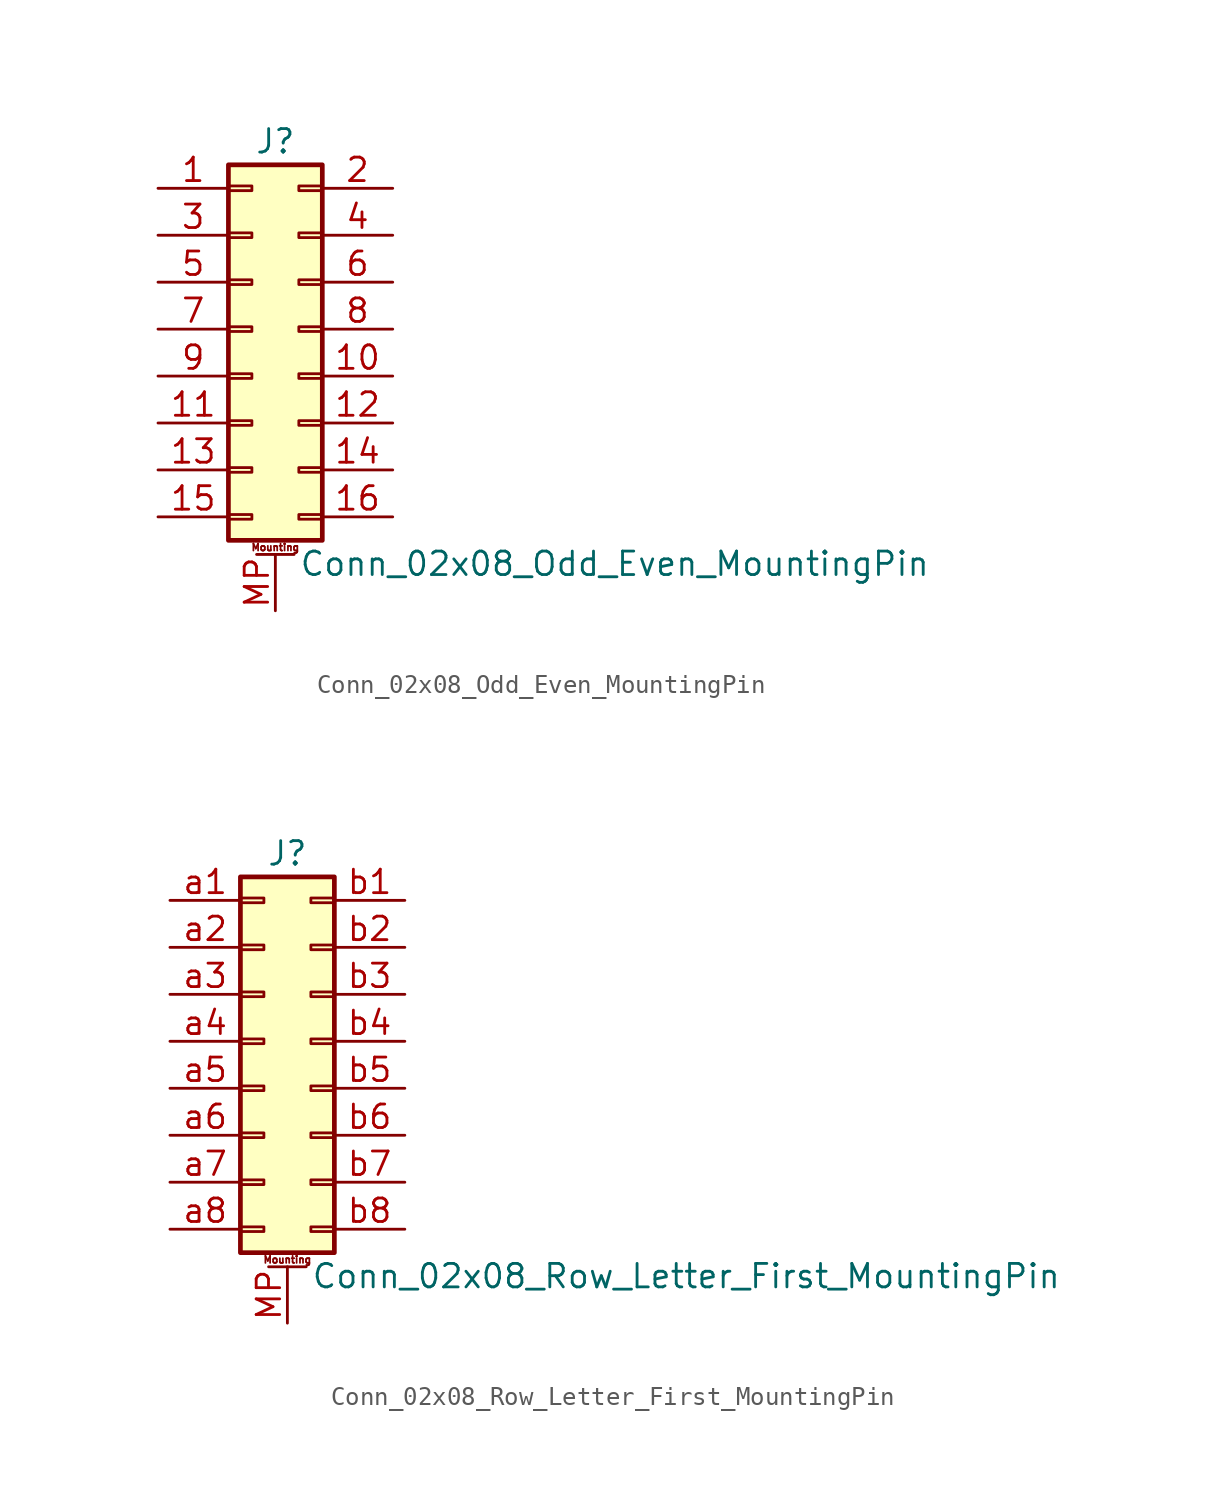
<source format=kicad_sym>
(kicad_symbol_lib
  (version 20201005)
  (generator kicad_symbol_editor)
  (symbol "Conn_02x08_Odd_Even_MountingPin"
    (pin_names
      (offset 1.016) hide)
    (property "Reference" "J"
      (at 1.27 10.16 0)
      (effects (font (size 1.27 1.27))))
    (property "Value" "Conn_02x08_Odd_Even_MountingPin"
      (at 2.54 -12.7 0)
      (effects (font (size 1.27 1.27)) (justify left)))
    (symbol "Conn_02x08_Odd_Even_MountingPin_1_1"
      (text "Mounting" (at 1.27 -11.811 0) (effects (font (size 0.381 0.381))))
      (rectangle (start -1.27 -10.033) (end 0 -10.287) (stroke (width 0.152)) (fill (type none)))
      (rectangle (start -1.27 -7.493) (end 0 -7.747) (stroke (width 0.152)) (fill (type none)))
      (rectangle (start -1.27 -4.953) (end 0 -5.207) (stroke (width 0.152)) (fill (type none)))
      (rectangle (start -1.27 -2.413) (end 0 -2.667) (stroke (width 0.152)) (fill (type none)))
      (rectangle (start -1.27 0.127) (end 0 -0.127) (stroke (width 0.152)) (fill (type none)))
      (rectangle (start -1.27 2.667) (end 0 2.413) (stroke (width 0.152)) (fill (type none)))
      (rectangle (start -1.27 5.207) (end 0 4.953) (stroke (width 0.152)) (fill (type none)))
      (rectangle (start -1.27 7.747) (end 0 7.493) (stroke (width 0.152)) (fill (type none)))
      (rectangle (start -1.27 8.89) (end 3.81 -11.43) (stroke (width 0.254)) (fill (type background)))
      (rectangle (start 3.81 -10.033) (end 2.54 -10.287) (stroke (width 0.152)) (fill (type none)))
      (rectangle (start 3.81 -7.493) (end 2.54 -7.747) (stroke (width 0.152)) (fill (type none)))
      (rectangle (start 3.81 -4.953) (end 2.54 -5.207) (stroke (width 0.152)) (fill (type none)))
      (rectangle (start 3.81 -2.413) (end 2.54 -2.667) (stroke (width 0.152)) (fill (type none)))
      (rectangle (start 3.81 0.127) (end 2.54 -0.127) (stroke (width 0.152)) (fill (type none)))
      (rectangle (start 3.81 2.667) (end 2.54 2.413) (stroke (width 0.152)) (fill (type none)))
      (rectangle (start 3.81 5.207) (end 2.54 4.953) (stroke (width 0.152)) (fill (type none)))
      (rectangle (start 3.81 7.747) (end 2.54 7.493) (stroke (width 0.152)) (fill (type none)))
      (polyline (pts (xy 0.254 -12.192) (xy 2.286 -12.192)) (stroke (width 0.152)) (fill (type none)))
      (pin passive line (at -5.08 7.62 0) (length 3.81) (name "Pin_1" (effects (font (size 1.27 1.27)))) (number "1" (effects (font (size 1.27 1.27)))))
      (pin passive line (at 7.62 -2.54 180) (length 3.81) (name "Pin_10" (effects (font (size 1.27 1.27)))) (number "10" (effects (font (size 1.27 1.27)))))
      (pin passive line (at -5.08 -5.08 0) (length 3.81) (name "Pin_11" (effects (font (size 1.27 1.27)))) (number "11" (effects (font (size 1.27 1.27)))))
      (pin passive line (at 7.62 -5.08 180) (length 3.81) (name "Pin_12" (effects (font (size 1.27 1.27)))) (number "12" (effects (font (size 1.27 1.27)))))
      (pin passive line (at -5.08 -7.62 0) (length 3.81) (name "Pin_13" (effects (font (size 1.27 1.27)))) (number "13" (effects (font (size 1.27 1.27)))))
      (pin passive line (at 7.62 -7.62 180) (length 3.81) (name "Pin_14" (effects (font (size 1.27 1.27)))) (number "14" (effects (font (size 1.27 1.27)))))
      (pin passive line (at -5.08 -10.16 0) (length 3.81) (name "Pin_15" (effects (font (size 1.27 1.27)))) (number "15" (effects (font (size 1.27 1.27)))))
      (pin passive line (at 7.62 -10.16 180) (length 3.81) (name "Pin_16" (effects (font (size 1.27 1.27)))) (number "16" (effects (font (size 1.27 1.27)))))
      (pin passive line (at 7.62 7.62 180) (length 3.81) (name "Pin_2" (effects (font (size 1.27 1.27)))) (number "2" (effects (font (size 1.27 1.27)))))
      (pin passive line (at -5.08 5.08 0) (length 3.81) (name "Pin_3" (effects (font (size 1.27 1.27)))) (number "3" (effects (font (size 1.27 1.27)))))
      (pin passive line (at 7.62 5.08 180) (length 3.81) (name "Pin_4" (effects (font (size 1.27 1.27)))) (number "4" (effects (font (size 1.27 1.27)))))
      (pin passive line (at -5.08 2.54 0) (length 3.81) (name "Pin_5" (effects (font (size 1.27 1.27)))) (number "5" (effects (font (size 1.27 1.27)))))
      (pin passive line (at 7.62 2.54 180) (length 3.81) (name "Pin_6" (effects (font (size 1.27 1.27)))) (number "6" (effects (font (size 1.27 1.27)))))
      (pin passive line (at -5.08 0 0) (length 3.81) (name "Pin_7" (effects (font (size 1.27 1.27)))) (number "7" (effects (font (size 1.27 1.27)))))
      (pin passive line (at 7.62 0 180) (length 3.81) (name "Pin_8" (effects (font (size 1.27 1.27)))) (number "8" (effects (font (size 1.27 1.27)))))
      (pin passive line (at -5.08 -2.54 0) (length 3.81) (name "Pin_9" (effects (font (size 1.27 1.27)))) (number "9" (effects (font (size 1.27 1.27)))))
      (pin passive line (at 1.27 -15.24 90) (length 3.048) (name "MountPin" (effects (font (size 1.27 1.27)))) (number "MP" (effects (font (size 1.27 1.27)))))))
  (symbol "Conn_02x08_Row_Letter_First_MountingPin"
    (pin_names
      (offset 1.016) hide)
    (property "Reference" "J"
      (at 1.27 10.16 0)
      (effects (font (size 1.27 1.27))))
    (property "Value" "Conn_02x08_Row_Letter_First_MountingPin"
      (at 2.54 -12.7 0)
      (effects (font (size 1.27 1.27)) (justify left)))
    (symbol "Conn_02x08_Row_Letter_First_MountingPin_1_1"
      (text "Mounting" (at 1.27 -11.811 0) (effects (font (size 0.381 0.381))))
      (rectangle (start -1.27 -10.033) (end 0 -10.287) (stroke (width 0.152)) (fill (type none)))
      (rectangle (start -1.27 -7.493) (end 0 -7.747) (stroke (width 0.152)) (fill (type none)))
      (rectangle (start -1.27 -4.953) (end 0 -5.207) (stroke (width 0.152)) (fill (type none)))
      (rectangle (start -1.27 -2.413) (end 0 -2.667) (stroke (width 0.152)) (fill (type none)))
      (rectangle (start -1.27 0.127) (end 0 -0.127) (stroke (width 0.152)) (fill (type none)))
      (rectangle (start -1.27 2.667) (end 0 2.413) (stroke (width 0.152)) (fill (type none)))
      (rectangle (start -1.27 5.207) (end 0 4.953) (stroke (width 0.152)) (fill (type none)))
      (rectangle (start -1.27 7.747) (end 0 7.493) (stroke (width 0.152)) (fill (type none)))
      (rectangle (start -1.27 8.89) (end 3.81 -11.43) (stroke (width 0.254)) (fill (type background)))
      (rectangle (start 3.81 -10.033) (end 2.54 -10.287) (stroke (width 0.152)) (fill (type none)))
      (rectangle (start 3.81 -7.493) (end 2.54 -7.747) (stroke (width 0.152)) (fill (type none)))
      (rectangle (start 3.81 -4.953) (end 2.54 -5.207) (stroke (width 0.152)) (fill (type none)))
      (rectangle (start 3.81 -2.413) (end 2.54 -2.667) (stroke (width 0.152)) (fill (type none)))
      (rectangle (start 3.81 0.127) (end 2.54 -0.127) (stroke (width 0.152)) (fill (type none)))
      (rectangle (start 3.81 2.667) (end 2.54 2.413) (stroke (width 0.152)) (fill (type none)))
      (rectangle (start 3.81 5.207) (end 2.54 4.953) (stroke (width 0.152)) (fill (type none)))
      (rectangle (start 3.81 7.747) (end 2.54 7.493) (stroke (width 0.152)) (fill (type none)))
      (polyline (pts (xy 0.254 -12.192) (xy 2.286 -12.192)) (stroke (width 0.152)) (fill (type none)))
      (pin passive line (at 1.27 -15.24 90) (length 3.048) (name "MountPin" (effects (font (size 1.27 1.27)))) (number "MP" (effects (font (size 1.27 1.27)))))
      (pin passive line (at -5.08 7.62 0) (length 3.81) (name "Pin_a1" (effects (font (size 1.27 1.27)))) (number "a1" (effects (font (size 1.27 1.27)))))
      (pin passive line (at -5.08 5.08 0) (length 3.81) (name "Pin_a2" (effects (font (size 1.27 1.27)))) (number "a2" (effects (font (size 1.27 1.27)))))
      (pin passive line (at -5.08 2.54 0) (length 3.81) (name "Pin_a3" (effects (font (size 1.27 1.27)))) (number "a3" (effects (font (size 1.27 1.27)))))
      (pin passive line (at -5.08 0 0) (length 3.81) (name "Pin_a4" (effects (font (size 1.27 1.27)))) (number "a4" (effects (font (size 1.27 1.27)))))
      (pin passive line (at -5.08 -2.54 0) (length 3.81) (name "Pin_a5" (effects (font (size 1.27 1.27)))) (number "a5" (effects (font (size 1.27 1.27)))))
      (pin passive line (at -5.08 -5.08 0) (length 3.81) (name "Pin_a6" (effects (font (size 1.27 1.27)))) (number "a6" (effects (font (size 1.27 1.27)))))
      (pin passive line (at -5.08 -7.62 0) (length 3.81) (name "Pin_a7" (effects (font (size 1.27 1.27)))) (number "a7" (effects (font (size 1.27 1.27)))))
      (pin passive line (at -5.08 -10.16 0) (length 3.81) (name "Pin_a8" (effects (font (size 1.27 1.27)))) (number "a8" (effects (font (size 1.27 1.27)))))
      (pin passive line (at 7.62 7.62 180) (length 3.81) (name "Pin_b1" (effects (font (size 1.27 1.27)))) (number "b1" (effects (font (size 1.27 1.27)))))
      (pin passive line (at 7.62 5.08 180) (length 3.81) (name "Pin_b2" (effects (font (size 1.27 1.27)))) (number "b2" (effects (font (size 1.27 1.27)))))
      (pin passive line (at 7.62 2.54 180) (length 3.81) (name "Pin_b3" (effects (font (size 1.27 1.27)))) (number "b3" (effects (font (size 1.27 1.27)))))
      (pin passive line (at 7.62 0 180) (length 3.81) (name "Pin_b4" (effects (font (size 1.27 1.27)))) (number "b4" (effects (font (size 1.27 1.27)))))
      (pin passive line (at 7.62 -2.54 180) (length 3.81) (name "Pin_b5" (effects (font (size 1.27 1.27)))) (number "b5" (effects (font (size 1.27 1.27)))))
      (pin passive line (at 7.62 -5.08 180) (length 3.81) (name "Pin_b6" (effects (font (size 1.27 1.27)))) (number "b6" (effects (font (size 1.27 1.27)))))
      (pin passive line (at 7.62 -7.62 180) (length 3.81) (name "Pin_b7" (effects (font (size 1.27 1.27)))) (number "b7" (effects (font (size 1.27 1.27)))))
      (pin passive line (at 7.62 -10.16 180) (length 3.81) (name "Pin_b8" (effects (font (size 1.27 1.27)))) (number "b8" (effects (font (size 1.27 1.27))))))))
</source>
